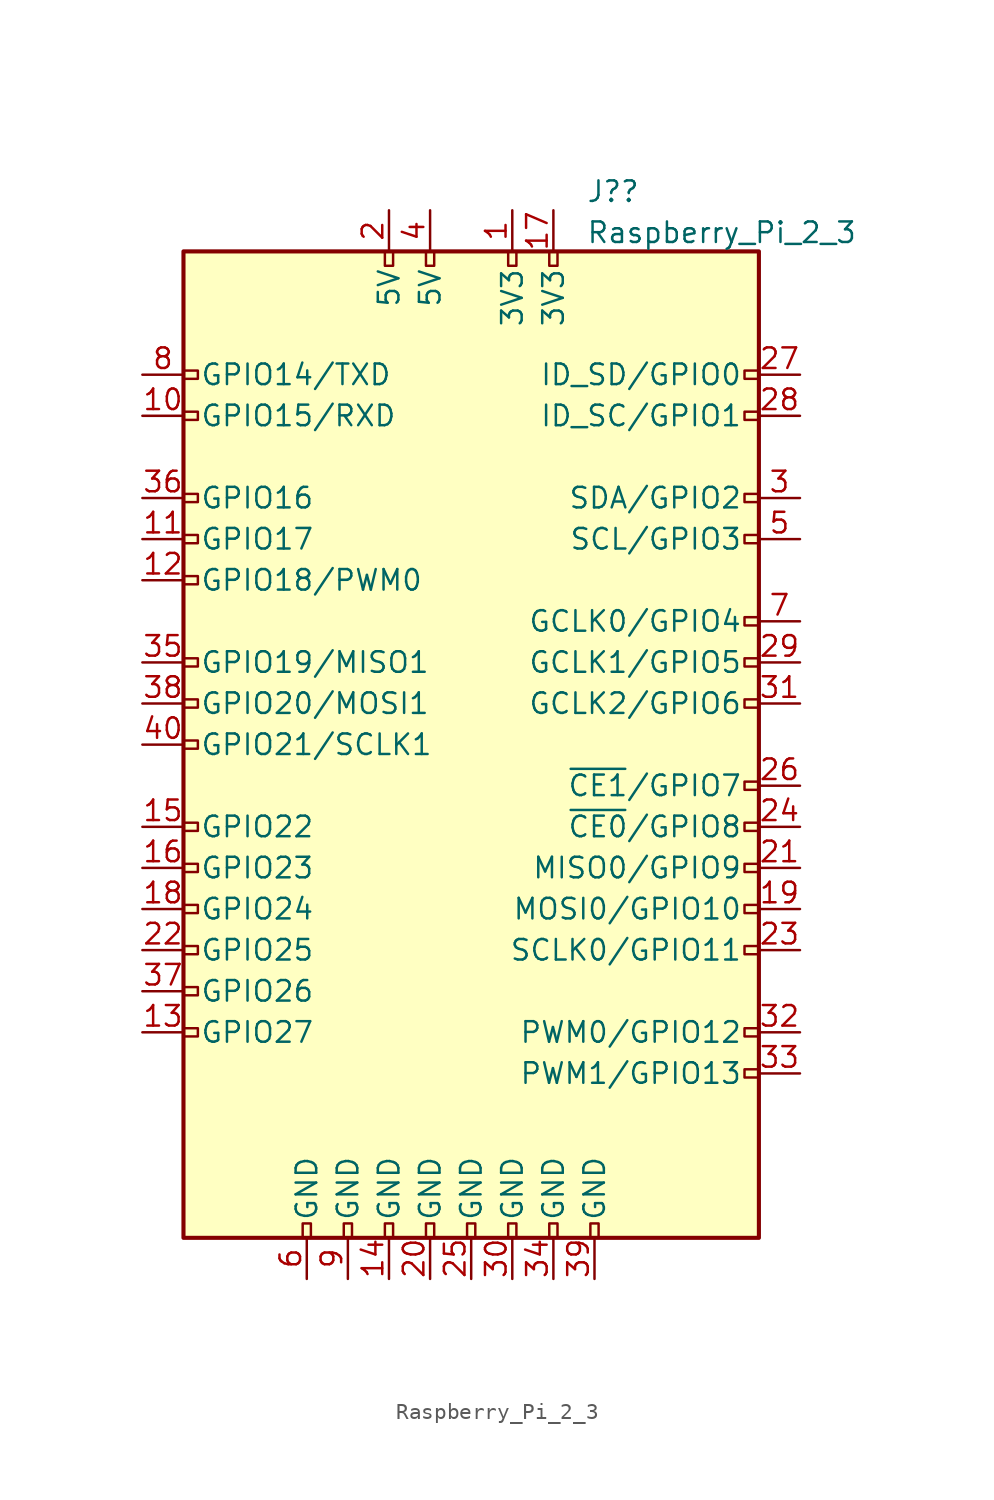
<source format=kicad_sym>
(kicad_symbol_lib
  (version 20211014)
  (generator kicad_symbol_editor)
  (symbol "Raspberry_Pi_2_3"
    (pin_names
      (offset 1.016))
    (property "Reference" "J?"
      (at 7.099 34.18 0)
      (effects (font (size 1.27 1.27)) (justify left)))
    (property "Value" "Raspberry_Pi_2_3"
      (at 7.099 31.643 0)
      (effects (font (size 1.27 1.27)) (justify left)))
    (symbol "Raspberry_Pi_2_3_0_1"
      (rectangle (start -17.78 30.48) (end 17.78 -30.48) (stroke (width 0.254) (type default) (color 0 0 0 0)) (fill (type background))))
    (symbol "Raspberry_Pi_2_3_1_1"
      (rectangle (start -16.891 -17.526) (end -17.78 -18.034) (stroke (width 0) (type default) (color 0 0 0 0)) (fill (type none)))
      (rectangle (start -16.891 -14.986) (end -17.78 -15.494) (stroke (width 0) (type default) (color 0 0 0 0)) (fill (type none)))
      (rectangle (start -16.891 -12.446) (end -17.78 -12.954) (stroke (width 0) (type default) (color 0 0 0 0)) (fill (type none)))
      (rectangle (start -16.891 -9.906) (end -17.78 -10.414) (stroke (width 0) (type default) (color 0 0 0 0)) (fill (type none)))
      (rectangle (start -16.891 -7.366) (end -17.78 -7.874) (stroke (width 0) (type default) (color 0 0 0 0)) (fill (type none)))
      (rectangle (start -16.891 -4.826) (end -17.78 -5.334) (stroke (width 0) (type default) (color 0 0 0 0)) (fill (type none)))
      (rectangle (start -16.891 0.254) (end -17.78 -0.254) (stroke (width 0) (type default) (color 0 0 0 0)) (fill (type none)))
      (rectangle (start -16.891 2.794) (end -17.78 2.286) (stroke (width 0) (type default) (color 0 0 0 0)) (fill (type none)))
      (rectangle (start -16.891 5.334) (end -17.78 4.826) (stroke (width 0) (type default) (color 0 0 0 0)) (fill (type none)))
      (rectangle (start -16.891 10.414) (end -17.78 9.906) (stroke (width 0) (type default) (color 0 0 0 0)) (fill (type none)))
      (rectangle (start -16.891 12.954) (end -17.78 12.446) (stroke (width 0) (type default) (color 0 0 0 0)) (fill (type none)))
      (rectangle (start -16.891 15.494) (end -17.78 14.986) (stroke (width 0) (type default) (color 0 0 0 0)) (fill (type none)))
      (rectangle (start -16.891 20.574) (end -17.78 20.066) (stroke (width 0) (type default) (color 0 0 0 0)) (fill (type none)))
      (rectangle (start -16.891 23.114) (end -17.78 22.606) (stroke (width 0) (type default) (color 0 0 0 0)) (fill (type none)))
      (rectangle (start -10.414 -29.591) (end -9.906 -30.48) (stroke (width 0) (type default) (color 0 0 0 0)) (fill (type none)))
      (rectangle (start -7.874 -29.591) (end -7.366 -30.48) (stroke (width 0) (type default) (color 0 0 0 0)) (fill (type none)))
      (rectangle (start -5.334 -29.591) (end -4.826 -30.48) (stroke (width 0) (type default) (color 0 0 0 0)) (fill (type none)))
      (rectangle (start -5.334 30.48) (end -4.826 29.591) (stroke (width 0) (type default) (color 0 0 0 0)) (fill (type none)))
      (rectangle (start -2.794 -29.591) (end -2.286 -30.48) (stroke (width 0) (type default) (color 0 0 0 0)) (fill (type none)))
      (rectangle (start -2.794 30.48) (end -2.286 29.591) (stroke (width 0) (type default) (color 0 0 0 0)) (fill (type none)))
      (rectangle (start -0.254 -29.591) (end 0.254 -30.48) (stroke (width 0) (type default) (color 0 0 0 0)) (fill (type none)))
      (rectangle (start 2.286 -29.591) (end 2.794 -30.48) (stroke (width 0) (type default) (color 0 0 0 0)) (fill (type none)))
      (rectangle (start 2.286 30.48) (end 2.794 29.591) (stroke (width 0) (type default) (color 0 0 0 0)) (fill (type none)))
      (rectangle (start 4.826 -29.591) (end 5.334 -30.48) (stroke (width 0) (type default) (color 0 0 0 0)) (fill (type none)))
      (rectangle (start 4.826 30.48) (end 5.334 29.591) (stroke (width 0) (type default) (color 0 0 0 0)) (fill (type none)))
      (rectangle (start 7.366 -29.591) (end 7.874 -30.48) (stroke (width 0) (type default) (color 0 0 0 0)) (fill (type none)))
      (rectangle (start 17.78 -20.066) (end 16.891 -20.574) (stroke (width 0) (type default) (color 0 0 0 0)) (fill (type none)))
      (rectangle (start 17.78 -17.526) (end 16.891 -18.034) (stroke (width 0) (type default) (color 0 0 0 0)) (fill (type none)))
      (rectangle (start 17.78 -12.446) (end 16.891 -12.954) (stroke (width 0) (type default) (color 0 0 0 0)) (fill (type none)))
      (rectangle (start 17.78 -9.906) (end 16.891 -10.414) (stroke (width 0) (type default) (color 0 0 0 0)) (fill (type none)))
      (rectangle (start 17.78 -7.366) (end 16.891 -7.874) (stroke (width 0) (type default) (color 0 0 0 0)) (fill (type none)))
      (rectangle (start 17.78 -4.826) (end 16.891 -5.334) (stroke (width 0) (type default) (color 0 0 0 0)) (fill (type none)))
      (rectangle (start 17.78 -2.286) (end 16.891 -2.794) (stroke (width 0) (type default) (color 0 0 0 0)) (fill (type none)))
      (rectangle (start 17.78 2.794) (end 16.891 2.286) (stroke (width 0) (type default) (color 0 0 0 0)) (fill (type none)))
      (rectangle (start 17.78 5.334) (end 16.891 4.826) (stroke (width 0) (type default) (color 0 0 0 0)) (fill (type none)))
      (rectangle (start 17.78 7.874) (end 16.891 7.366) (stroke (width 0) (type default) (color 0 0 0 0)) (fill (type none)))
      (rectangle (start 17.78 12.954) (end 16.891 12.446) (stroke (width 0) (type default) (color 0 0 0 0)) (fill (type none)))
      (rectangle (start 17.78 15.494) (end 16.891 14.986) (stroke (width 0) (type default) (color 0 0 0 0)) (fill (type none)))
      (rectangle (start 17.78 20.574) (end 16.891 20.066) (stroke (width 0) (type default) (color 0 0 0 0)) (fill (type none)))
      (rectangle (start 17.78 23.114) (end 16.891 22.606) (stroke (width 0) (type default) (color 0 0 0 0)) (fill (type none)))
      (pin power_in line (at 2.54 33.02 270) (length 2.54) (name "3V3" (effects (font (size 1.27 1.27)))) (number "1" (effects (font (size 1.27 1.27)))))
      (pin bidirectional line (at -20.32 20.32 0) (length 2.54) (name "GPIO15/RXD" (effects (font (size 1.27 1.27)))) (number "10" (effects (font (size 1.27 1.27)))))
      (pin bidirectional line (at -20.32 12.7 0) (length 2.54) (name "GPIO17" (effects (font (size 1.27 1.27)))) (number "11" (effects (font (size 1.27 1.27)))))
      (pin bidirectional line (at -20.32 10.16 0) (length 2.54) (name "GPIO18/PWM0" (effects (font (size 1.27 1.27)))) (number "12" (effects (font (size 1.27 1.27)))))
      (pin bidirectional line (at -20.32 -17.78 0) (length 2.54) (name "GPIO27" (effects (font (size 1.27 1.27)))) (number "13" (effects (font (size 1.27 1.27)))))
      (pin power_in line (at -5.08 -33.02 90) (length 2.54) (name "GND" (effects (font (size 1.27 1.27)))) (number "14" (effects (font (size 1.27 1.27)))))
      (pin bidirectional line (at -20.32 -5.08 0) (length 2.54) (name "GPIO22" (effects (font (size 1.27 1.27)))) (number "15" (effects (font (size 1.27 1.27)))))
      (pin bidirectional line (at -20.32 -7.62 0) (length 2.54) (name "GPIO23" (effects (font (size 1.27 1.27)))) (number "16" (effects (font (size 1.27 1.27)))))
      (pin power_in line (at 5.08 33.02 270) (length 2.54) (name "3V3" (effects (font (size 1.27 1.27)))) (number "17" (effects (font (size 1.27 1.27)))))
      (pin bidirectional line (at -20.32 -10.16 0) (length 2.54) (name "GPIO24" (effects (font (size 1.27 1.27)))) (number "18" (effects (font (size 1.27 1.27)))))
      (pin bidirectional line (at 20.32 -10.16 180) (length 2.54) (name "MOSI0/GPIO10" (effects (font (size 1.27 1.27)))) (number "19" (effects (font (size 1.27 1.27)))))
      (pin power_in line (at -5.08 33.02 270) (length 2.54) (name "5V" (effects (font (size 1.27 1.27)))) (number "2" (effects (font (size 1.27 1.27)))))
      (pin power_in line (at -2.54 -33.02 90) (length 2.54) (name "GND" (effects (font (size 1.27 1.27)))) (number "20" (effects (font (size 1.27 1.27)))))
      (pin bidirectional line (at 20.32 -7.62 180) (length 2.54) (name "MISO0/GPIO9" (effects (font (size 1.27 1.27)))) (number "21" (effects (font (size 1.27 1.27)))))
      (pin bidirectional line (at -20.32 -12.7 0) (length 2.54) (name "GPIO25" (effects (font (size 1.27 1.27)))) (number "22" (effects (font (size 1.27 1.27)))))
      (pin bidirectional line (at 20.32 -12.7 180) (length 2.54) (name "SCLK0/GPIO11" (effects (font (size 1.27 1.27)))) (number "23" (effects (font (size 1.27 1.27)))))
      (pin bidirectional line (at 20.32 -5.08 180) (length 2.54) (name "~{CE0}/GPIO8" (effects (font (size 1.27 1.27)))) (number "24" (effects (font (size 1.27 1.27)))))
      (pin power_in line (at 0 -33.02 90) (length 2.54) (name "GND" (effects (font (size 1.27 1.27)))) (number "25" (effects (font (size 1.27 1.27)))))
      (pin bidirectional line (at 20.32 -2.54 180) (length 2.54) (name "~{CE1}/GPIO7" (effects (font (size 1.27 1.27)))) (number "26" (effects (font (size 1.27 1.27)))))
      (pin bidirectional line (at 20.32 22.86 180) (length 2.54) (name "ID_SD/GPIO0" (effects (font (size 1.27 1.27)))) (number "27" (effects (font (size 1.27 1.27)))))
      (pin bidirectional line (at 20.32 20.32 180) (length 2.54) (name "ID_SC/GPIO1" (effects (font (size 1.27 1.27)))) (number "28" (effects (font (size 1.27 1.27)))))
      (pin bidirectional line (at 20.32 5.08 180) (length 2.54) (name "GCLK1/GPIO5" (effects (font (size 1.27 1.27)))) (number "29" (effects (font (size 1.27 1.27)))))
      (pin bidirectional line (at 20.32 15.24 180) (length 2.54) (name "SDA/GPIO2" (effects (font (size 1.27 1.27)))) (number "3" (effects (font (size 1.27 1.27)))))
      (pin power_in line (at 2.54 -33.02 90) (length 2.54) (name "GND" (effects (font (size 1.27 1.27)))) (number "30" (effects (font (size 1.27 1.27)))))
      (pin bidirectional line (at 20.32 2.54 180) (length 2.54) (name "GCLK2/GPIO6" (effects (font (size 1.27 1.27)))) (number "31" (effects (font (size 1.27 1.27)))))
      (pin bidirectional line (at 20.32 -17.78 180) (length 2.54) (name "PWM0/GPIO12" (effects (font (size 1.27 1.27)))) (number "32" (effects (font (size 1.27 1.27)))))
      (pin bidirectional line (at 20.32 -20.32 180) (length 2.54) (name "PWM1/GPIO13" (effects (font (size 1.27 1.27)))) (number "33" (effects (font (size 1.27 1.27)))))
      (pin power_in line (at 5.08 -33.02 90) (length 2.54) (name "GND" (effects (font (size 1.27 1.27)))) (number "34" (effects (font (size 1.27 1.27)))))
      (pin bidirectional line (at -20.32 5.08 0) (length 2.54) (name "GPIO19/MISO1" (effects (font (size 1.27 1.27)))) (number "35" (effects (font (size 1.27 1.27)))))
      (pin bidirectional line (at -20.32 15.24 0) (length 2.54) (name "GPIO16" (effects (font (size 1.27 1.27)))) (number "36" (effects (font (size 1.27 1.27)))))
      (pin bidirectional line (at -20.32 -15.24 0) (length 2.54) (name "GPIO26" (effects (font (size 1.27 1.27)))) (number "37" (effects (font (size 1.27 1.27)))))
      (pin bidirectional line (at -20.32 2.54 0) (length 2.54) (name "GPIO20/MOSI1" (effects (font (size 1.27 1.27)))) (number "38" (effects (font (size 1.27 1.27)))))
      (pin power_in line (at 7.62 -33.02 90) (length 2.54) (name "GND" (effects (font (size 1.27 1.27)))) (number "39" (effects (font (size 1.27 1.27)))))
      (pin power_in line (at -2.54 33.02 270) (length 2.54) (name "5V" (effects (font (size 1.27 1.27)))) (number "4" (effects (font (size 1.27 1.27)))))
      (pin bidirectional line (at -20.32 0 0) (length 2.54) (name "GPIO21/SCLK1" (effects (font (size 1.27 1.27)))) (number "40" (effects (font (size 1.27 1.27)))))
      (pin bidirectional line (at 20.32 12.7 180) (length 2.54) (name "SCL/GPIO3" (effects (font (size 1.27 1.27)))) (number "5" (effects (font (size 1.27 1.27)))))
      (pin power_in line (at -10.16 -33.02 90) (length 2.54) (name "GND" (effects (font (size 1.27 1.27)))) (number "6" (effects (font (size 1.27 1.27)))))
      (pin bidirectional line (at 20.32 7.62 180) (length 2.54) (name "GCLK0/GPIO4" (effects (font (size 1.27 1.27)))) (number "7" (effects (font (size 1.27 1.27)))))
      (pin bidirectional line (at -20.32 22.86 0) (length 2.54) (name "GPIO14/TXD" (effects (font (size 1.27 1.27)))) (number "8" (effects (font (size 1.27 1.27)))))
      (pin power_in line (at -7.62 -33.02 90) (length 2.54) (name "GND" (effects (font (size 1.27 1.27)))) (number "9" (effects (font (size 1.27 1.27))))))))
</source>
